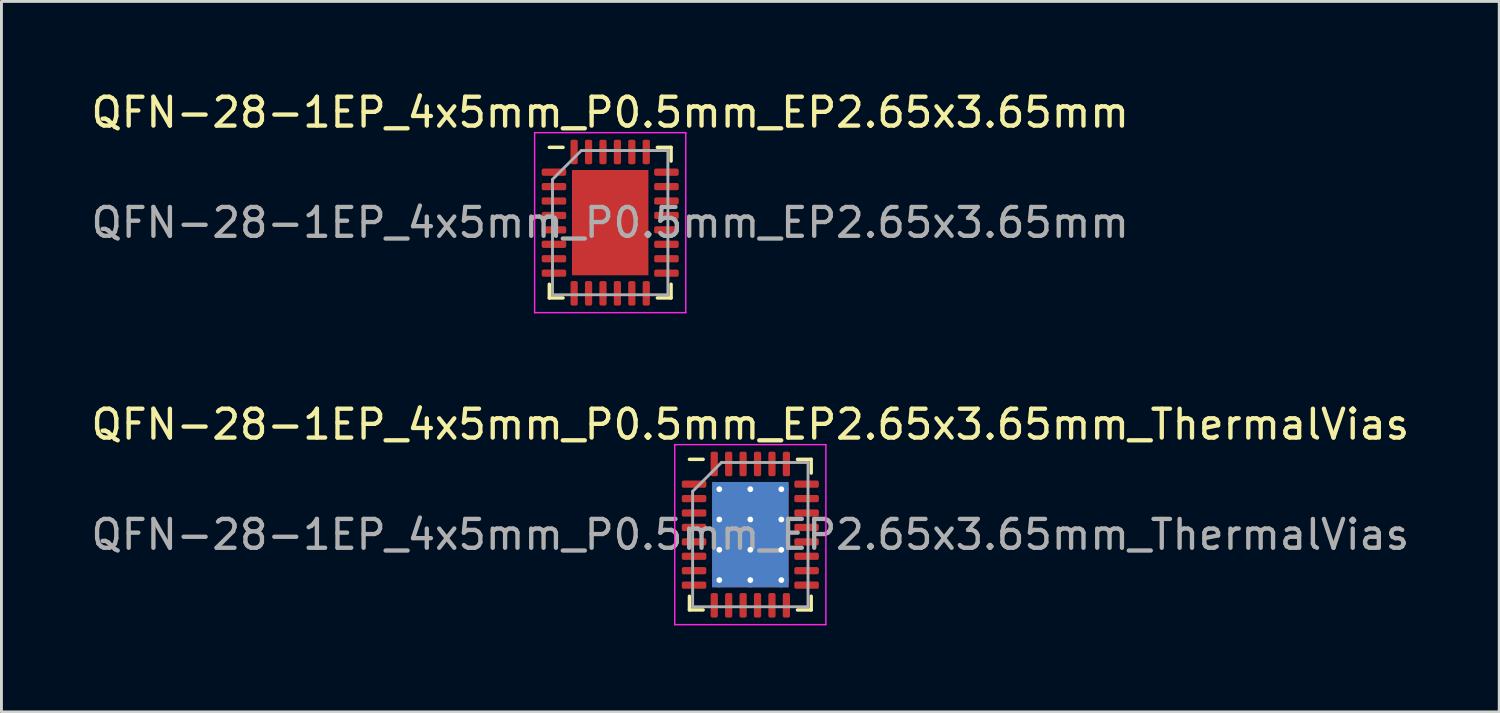
<source format=kicad_pcb>
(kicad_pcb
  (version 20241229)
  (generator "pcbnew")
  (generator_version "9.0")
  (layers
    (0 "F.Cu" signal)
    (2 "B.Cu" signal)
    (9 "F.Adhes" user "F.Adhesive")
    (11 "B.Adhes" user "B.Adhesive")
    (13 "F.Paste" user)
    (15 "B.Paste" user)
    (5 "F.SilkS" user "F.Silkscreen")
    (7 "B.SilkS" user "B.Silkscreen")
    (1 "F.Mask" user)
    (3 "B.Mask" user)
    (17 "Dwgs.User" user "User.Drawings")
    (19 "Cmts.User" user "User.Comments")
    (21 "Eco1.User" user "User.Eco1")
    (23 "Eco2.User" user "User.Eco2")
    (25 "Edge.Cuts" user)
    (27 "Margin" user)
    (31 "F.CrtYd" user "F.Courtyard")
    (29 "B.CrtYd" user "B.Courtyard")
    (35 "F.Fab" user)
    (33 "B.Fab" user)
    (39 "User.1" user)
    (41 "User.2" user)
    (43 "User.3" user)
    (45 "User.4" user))
  (footprint "QFN-28-1EP_4x5mm_P0.5mm_EP2.65x3.65mm_ThermalVias"
    (layer "F.Cu")
    (at 22.958 15.482)
    (property "Reference" "QFN-28-1EP_4x5mm_P0.5mm_EP2.65x3.65mm_ThermalVias" (at 0 -3.82 0) (layer "F.SilkS") (effects (font (size 1 1) (thickness 0.15))))
    (attr smd)
    (fp_line (start -2.11 2.61) (end -2.11 2.135) (stroke (width 0.12) (type solid)) (layer "F.SilkS"))
    (fp_line (start -1.635 -2.61) (end -2.11 -2.61) (stroke (width 0.12) (type solid)) (layer "F.SilkS"))
    (fp_line (start -1.635 2.61) (end -2.11 2.61) (stroke (width 0.12) (type solid)) (layer "F.SilkS"))
    (fp_line (start 1.635 -2.61) (end 2.11 -2.61) (stroke (width 0.12) (type solid)) (layer "F.SilkS"))
    (fp_line (start 1.635 2.61) (end 2.11 2.61) (stroke (width 0.12) (type solid)) (layer "F.SilkS"))
    (fp_line (start 2.11 -2.61) (end 2.11 -2.135) (stroke (width 0.12) (type solid)) (layer "F.SilkS"))
    (fp_line (start 2.11 2.61) (end 2.11 2.135) (stroke (width 0.12) (type solid)) (layer "F.SilkS"))
    (fp_line (start -2.62 -3.12) (end -2.62 3.12) (stroke (width 0.05) (type solid)) (layer "F.CrtYd"))
    (fp_line (start -2.62 3.12) (end 2.62 3.12) (stroke (width 0.05) (type solid)) (layer "F.CrtYd"))
    (fp_line (start 2.62 -3.12) (end -2.62 -3.12) (stroke (width 0.05) (type solid)) (layer "F.CrtYd"))
    (fp_line (start 2.62 3.12) (end 2.62 -3.12) (stroke (width 0.05) (type solid)) (layer "F.CrtYd"))
    (fp_line (start -2 -1.5) (end -1 -2.5) (stroke (width 0.1) (type solid)) (layer "F.Fab"))
    (fp_line (start -2 2.5) (end -2 -1.5) (stroke (width 0.1) (type solid)) (layer "F.Fab"))
    (fp_line (start -1 -2.5) (end 2 -2.5) (stroke (width 0.1) (type solid)) (layer "F.Fab"))
    (fp_line (start 2 -2.5) (end 2 2.5) (stroke (width 0.1) (type solid)) (layer "F.Fab"))
    (fp_line (start 2 2.5) (end -2 2.5) (stroke (width 0.1) (type solid)) (layer "F.Fab"))
    (fp_text user "${REFERENCE}" (at 0 0 0) (layer "F.Fab") (effects (font (size 1 1) (thickness 0.15))))
    (pad "" smd roundrect (at -0.66 -1.22) (size 1.07 0.98) (layers "F.Paste") (roundrect_rratio 0.25))
    (pad "" smd roundrect (at -0.66 0) (size 1.07 0.98) (layers "F.Paste") (roundrect_rratio 0.25))
    (pad "" smd roundrect (at -0.66 1.22) (size 1.07 0.98) (layers "F.Paste") (roundrect_rratio 0.25))
    (pad "" smd roundrect (at 0.66 -1.22) (size 1.07 0.98) (layers "F.Paste") (roundrect_rratio 0.25))
    (pad "" smd roundrect (at 0.66 0) (size 1.07 0.98) (layers "F.Paste") (roundrect_rratio 0.25))
    (pad "" smd roundrect (at 0.66 1.22) (size 1.07 0.98) (layers "F.Paste") (roundrect_rratio 0.25))
    (pad "1" smd roundrect (at -1.95 -1.75) (size 0.85 0.25) (layers "F.Cu" "F.Mask" "F.Paste") (roundrect_rratio 0.25))
    (pad "2" smd roundrect (at -1.95 -1.25) (size 0.85 0.25) (layers "F.Cu" "F.Mask" "F.Paste") (roundrect_rratio 0.25))
    (pad "3" smd roundrect (at -1.95 -0.75) (size 0.85 0.25) (layers "F.Cu" "F.Mask" "F.Paste") (roundrect_rratio 0.25))
    (pad "4" smd roundrect (at -1.95 -0.25) (size 0.85 0.25) (layers "F.Cu" "F.Mask" "F.Paste") (roundrect_rratio 0.25))
    (pad "5" smd roundrect (at -1.95 0.25) (size 0.85 0.25) (layers "F.Cu" "F.Mask" "F.Paste") (roundrect_rratio 0.25))
    (pad "6" smd roundrect (at -1.95 0.75) (size 0.85 0.25) (layers "F.Cu" "F.Mask" "F.Paste") (roundrect_rratio 0.25))
    (pad "7" smd roundrect (at -1.95 1.25) (size 0.85 0.25) (layers "F.Cu" "F.Mask" "F.Paste") (roundrect_rratio 0.25))
    (pad "8" smd roundrect (at -1.95 1.75) (size 0.85 0.25) (layers "F.Cu" "F.Mask" "F.Paste") (roundrect_rratio 0.25))
    (pad "9" smd roundrect (at -1.25 2.45) (size 0.25 0.85) (layers "F.Cu" "F.Mask" "F.Paste") (roundrect_rratio 0.25))
    (pad "10" smd roundrect (at -0.75 2.45) (size 0.25 0.85) (layers "F.Cu" "F.Mask" "F.Paste") (roundrect_rratio 0.25))
    (pad "11" smd roundrect (at -0.25 2.45) (size 0.25 0.85) (layers "F.Cu" "F.Mask" "F.Paste") (roundrect_rratio 0.25))
    (pad "12" smd roundrect (at 0.25 2.45) (size 0.25 0.85) (layers "F.Cu" "F.Mask" "F.Paste") (roundrect_rratio 0.25))
    (pad "13" smd roundrect (at 0.75 2.45) (size 0.25 0.85) (layers "F.Cu" "F.Mask" "F.Paste") (roundrect_rratio 0.25))
    (pad "14" smd roundrect (at 1.25 2.45) (size 0.25 0.85) (layers "F.Cu" "F.Mask" "F.Paste") (roundrect_rratio 0.25))
    (pad "15" smd roundrect (at 1.95 1.75) (size 0.85 0.25) (layers "F.Cu" "F.Mask" "F.Paste") (roundrect_rratio 0.25))
    (pad "16" smd roundrect (at 1.95 1.25) (size 0.85 0.25) (layers "F.Cu" "F.Mask" "F.Paste") (roundrect_rratio 0.25))
    (pad "17" smd roundrect (at 1.95 0.75) (size 0.85 0.25) (layers "F.Cu" "F.Mask" "F.Paste") (roundrect_rratio 0.25))
    (pad "18" smd roundrect (at 1.95 0.25) (size 0.85 0.25) (layers "F.Cu" "F.Mask" "F.Paste") (roundrect_rratio 0.25))
    (pad "19" smd roundrect (at 1.95 -0.25) (size 0.85 0.25) (layers "F.Cu" "F.Mask" "F.Paste") (roundrect_rratio 0.25))
    (pad "20" smd roundrect (at 1.95 -0.75) (size 0.85 0.25) (layers "F.Cu" "F.Mask" "F.Paste") (roundrect_rratio 0.25))
    (pad "21" smd roundrect (at 1.95 -1.25) (size 0.85 0.25) (layers "F.Cu" "F.Mask" "F.Paste") (roundrect_rratio 0.25))
    (pad "22" smd roundrect (at 1.95 -1.75) (size 0.85 0.25) (layers "F.Cu" "F.Mask" "F.Paste") (roundrect_rratio 0.25))
    (pad "23" smd roundrect (at 1.25 -2.45) (size 0.25 0.85) (layers "F.Cu" "F.Mask" "F.Paste") (roundrect_rratio 0.25))
    (pad "24" smd roundrect (at 0.75 -2.45) (size 0.25 0.85) (layers "F.Cu" "F.Mask" "F.Paste") (roundrect_rratio 0.25))
    (pad "25" smd roundrect (at 0.25 -2.45) (size 0.25 0.85) (layers "F.Cu" "F.Mask" "F.Paste") (roundrect_rratio 0.25))
    (pad "26" smd roundrect (at -0.25 -2.45) (size 0.25 0.85) (layers "F.Cu" "F.Mask" "F.Paste") (roundrect_rratio 0.25))
    (pad "27" smd roundrect (at -0.75 -2.45) (size 0.25 0.85) (layers "F.Cu" "F.Mask" "F.Paste") (roundrect_rratio 0.25))
    (pad "28" smd roundrect (at -1.25 -2.45) (size 0.25 0.85) (layers "F.Cu" "F.Mask" "F.Paste") (roundrect_rratio 0.25))
    (pad "29" thru_hole circle (at -1.075 -1.575) (size 0.5 0.5) (drill 0.2) (layers "*.Cu"))
    (pad "29" thru_hole circle (at -1.075 -0.525) (size 0.5 0.5) (drill 0.2) (layers "*.Cu"))
    (pad "29" thru_hole circle (at -1.075 0.525) (size 0.5 0.5) (drill 0.2) (layers "*.Cu"))
    (pad "29" thru_hole circle (at -1.075 1.575) (size 0.5 0.5) (drill 0.2) (layers "*.Cu"))
    (pad "29" thru_hole circle (at 0 -1.575) (size 0.5 0.5) (drill 0.2) (layers "*.Cu"))
    (pad "29" thru_hole circle (at 0 -0.525) (size 0.5 0.5) (drill 0.2) (layers "*.Cu"))
    (pad "29" smd rect (at 0 0) (size 2.65 3.65) (layers "F.Cu" "F.Mask"))
    (pad "29" smd rect (at 0 0) (size 2.65 3.65) (layers "B.Cu"))
    (pad "29" thru_hole circle (at 0 0.525) (size 0.5 0.5) (drill 0.2) (layers "*.Cu"))
    (pad "29" thru_hole circle (at 0 1.575) (size 0.5 0.5) (drill 0.2) (layers "*.Cu"))
    (pad "29" thru_hole circle (at 1.075 -1.575) (size 0.5 0.5) (drill 0.2) (layers "*.Cu"))
    (pad "29" thru_hole circle (at 1.075 -0.525) (size 0.5 0.5) (drill 0.2) (layers "*.Cu"))
    (pad "29" thru_hole circle (at 1.075 0.525) (size 0.5 0.5) (drill 0.2) (layers "*.Cu"))
    (pad "29" thru_hole circle (at 1.075 1.575) (size 0.5 0.5) (drill 0.2) (layers "*.Cu")))
  (footprint "QFN-28-1EP_4x5mm_P0.5mm_EP2.65x3.65mm"
    (layer "F.Cu")
    (at 18.101 4.668)
    (property "Reference" "QFN-28-1EP_4x5mm_P0.5mm_EP2.65x3.65mm" (at 0 -3.82 0) (layer "F.SilkS") (effects (font (size 1 1) (thickness 0.15))))
    (attr smd)
    (fp_line (start -2.11 2.61) (end -2.11 2.135) (stroke (width 0.12) (type solid)) (layer "F.SilkS"))
    (fp_line (start -1.635 -2.61) (end -2.11 -2.61) (stroke (width 0.12) (type solid)) (layer "F.SilkS"))
    (fp_line (start -1.635 2.61) (end -2.11 2.61) (stroke (width 0.12) (type solid)) (layer "F.SilkS"))
    (fp_line (start 1.635 -2.61) (end 2.11 -2.61) (stroke (width 0.12) (type solid)) (layer "F.SilkS"))
    (fp_line (start 1.635 2.61) (end 2.11 2.61) (stroke (width 0.12) (type solid)) (layer "F.SilkS"))
    (fp_line (start 2.11 -2.61) (end 2.11 -2.135) (stroke (width 0.12) (type solid)) (layer "F.SilkS"))
    (fp_line (start 2.11 2.61) (end 2.11 2.135) (stroke (width 0.12) (type solid)) (layer "F.SilkS"))
    (fp_line (start -2.62 -3.12) (end -2.62 3.12) (stroke (width 0.05) (type solid)) (layer "F.CrtYd"))
    (fp_line (start -2.62 3.12) (end 2.62 3.12) (stroke (width 0.05) (type solid)) (layer "F.CrtYd"))
    (fp_line (start 2.62 -3.12) (end -2.62 -3.12) (stroke (width 0.05) (type solid)) (layer "F.CrtYd"))
    (fp_line (start 2.62 3.12) (end 2.62 -3.12) (stroke (width 0.05) (type solid)) (layer "F.CrtYd"))
    (fp_line (start -2 -1.5) (end -1 -2.5) (stroke (width 0.1) (type solid)) (layer "F.Fab"))
    (fp_line (start -2 2.5) (end -2 -1.5) (stroke (width 0.1) (type solid)) (layer "F.Fab"))
    (fp_line (start -1 -2.5) (end 2 -2.5) (stroke (width 0.1) (type solid)) (layer "F.Fab"))
    (fp_line (start 2 -2.5) (end 2 2.5) (stroke (width 0.1) (type solid)) (layer "F.Fab"))
    (fp_line (start 2 2.5) (end -2 2.5) (stroke (width 0.1) (type solid)) (layer "F.Fab"))
    (fp_text user "${REFERENCE}" (at 0 0 0) (layer "F.Fab") (effects (font (size 1 1) (thickness 0.15))))
    (pad "" smd roundrect (at -0.66 -1.22) (size 1.07 0.98) (layers "F.Paste") (roundrect_rratio 0.25))
    (pad "" smd roundrect (at -0.66 0) (size 1.07 0.98) (layers "F.Paste") (roundrect_rratio 0.25))
    (pad "" smd roundrect (at -0.66 1.22) (size 1.07 0.98) (layers "F.Paste") (roundrect_rratio 0.25))
    (pad "" smd roundrect (at 0.66 -1.22) (size 1.07 0.98) (layers "F.Paste") (roundrect_rratio 0.25))
    (pad "" smd roundrect (at 0.66 0) (size 1.07 0.98) (layers "F.Paste") (roundrect_rratio 0.25))
    (pad "" smd roundrect (at 0.66 1.22) (size 1.07 0.98) (layers "F.Paste") (roundrect_rratio 0.25))
    (pad "1" smd roundrect (at -1.95 -1.75) (size 0.85 0.25) (layers "F.Cu" "F.Mask" "F.Paste") (roundrect_rratio 0.25))
    (pad "2" smd roundrect (at -1.95 -1.25) (size 0.85 0.25) (layers "F.Cu" "F.Mask" "F.Paste") (roundrect_rratio 0.25))
    (pad "3" smd roundrect (at -1.95 -0.75) (size 0.85 0.25) (layers "F.Cu" "F.Mask" "F.Paste") (roundrect_rratio 0.25))
    (pad "4" smd roundrect (at -1.95 -0.25) (size 0.85 0.25) (layers "F.Cu" "F.Mask" "F.Paste") (roundrect_rratio 0.25))
    (pad "5" smd roundrect (at -1.95 0.25) (size 0.85 0.25) (layers "F.Cu" "F.Mask" "F.Paste") (roundrect_rratio 0.25))
    (pad "6" smd roundrect (at -1.95 0.75) (size 0.85 0.25) (layers "F.Cu" "F.Mask" "F.Paste") (roundrect_rratio 0.25))
    (pad "7" smd roundrect (at -1.95 1.25) (size 0.85 0.25) (layers "F.Cu" "F.Mask" "F.Paste") (roundrect_rratio 0.25))
    (pad "8" smd roundrect (at -1.95 1.75) (size 0.85 0.25) (layers "F.Cu" "F.Mask" "F.Paste") (roundrect_rratio 0.25))
    (pad "9" smd roundrect (at -1.25 2.45) (size 0.25 0.85) (layers "F.Cu" "F.Mask" "F.Paste") (roundrect_rratio 0.25))
    (pad "10" smd roundrect (at -0.75 2.45) (size 0.25 0.85) (layers "F.Cu" "F.Mask" "F.Paste") (roundrect_rratio 0.25))
    (pad "11" smd roundrect (at -0.25 2.45) (size 0.25 0.85) (layers "F.Cu" "F.Mask" "F.Paste") (roundrect_rratio 0.25))
    (pad "12" smd roundrect (at 0.25 2.45) (size 0.25 0.85) (layers "F.Cu" "F.Mask" "F.Paste") (roundrect_rratio 0.25))
    (pad "13" smd roundrect (at 0.75 2.45) (size 0.25 0.85) (layers "F.Cu" "F.Mask" "F.Paste") (roundrect_rratio 0.25))
    (pad "14" smd roundrect (at 1.25 2.45) (size 0.25 0.85) (layers "F.Cu" "F.Mask" "F.Paste") (roundrect_rratio 0.25))
    (pad "15" smd roundrect (at 1.95 1.75) (size 0.85 0.25) (layers "F.Cu" "F.Mask" "F.Paste") (roundrect_rratio 0.25))
    (pad "16" smd roundrect (at 1.95 1.25) (size 0.85 0.25) (layers "F.Cu" "F.Mask" "F.Paste") (roundrect_rratio 0.25))
    (pad "17" smd roundrect (at 1.95 0.75) (size 0.85 0.25) (layers "F.Cu" "F.Mask" "F.Paste") (roundrect_rratio 0.25))
    (pad "18" smd roundrect (at 1.95 0.25) (size 0.85 0.25) (layers "F.Cu" "F.Mask" "F.Paste") (roundrect_rratio 0.25))
    (pad "19" smd roundrect (at 1.95 -0.25) (size 0.85 0.25) (layers "F.Cu" "F.Mask" "F.Paste") (roundrect_rratio 0.25))
    (pad "20" smd roundrect (at 1.95 -0.75) (size 0.85 0.25) (layers "F.Cu" "F.Mask" "F.Paste") (roundrect_rratio 0.25))
    (pad "21" smd roundrect (at 1.95 -1.25) (size 0.85 0.25) (layers "F.Cu" "F.Mask" "F.Paste") (roundrect_rratio 0.25))
    (pad "22" smd roundrect (at 1.95 -1.75) (size 0.85 0.25) (layers "F.Cu" "F.Mask" "F.Paste") (roundrect_rratio 0.25))
    (pad "23" smd roundrect (at 1.25 -2.45) (size 0.25 0.85) (layers "F.Cu" "F.Mask" "F.Paste") (roundrect_rratio 0.25))
    (pad "24" smd roundrect (at 0.75 -2.45) (size 0.25 0.85) (layers "F.Cu" "F.Mask" "F.Paste") (roundrect_rratio 0.25))
    (pad "25" smd roundrect (at 0.25 -2.45) (size 0.25 0.85) (layers "F.Cu" "F.Mask" "F.Paste") (roundrect_rratio 0.25))
    (pad "26" smd roundrect (at -0.25 -2.45) (size 0.25 0.85) (layers "F.Cu" "F.Mask" "F.Paste") (roundrect_rratio 0.25))
    (pad "27" smd roundrect (at -0.75 -2.45) (size 0.25 0.85) (layers "F.Cu" "F.Mask" "F.Paste") (roundrect_rratio 0.25))
    (pad "28" smd roundrect (at -1.25 -2.45) (size 0.25 0.85) (layers "F.Cu" "F.Mask" "F.Paste") (roundrect_rratio 0.25))
    (pad "29" smd rect (at 0 0) (size 2.65 3.65) (layers "F.Cu" "F.Mask")))
  (gr_rect
    (start -3 -3)
    (end 48.917 21.627)
    (stroke (width 0.1) (type default))
    (fill no)
    (layer "Edge.Cuts")))
</source>
